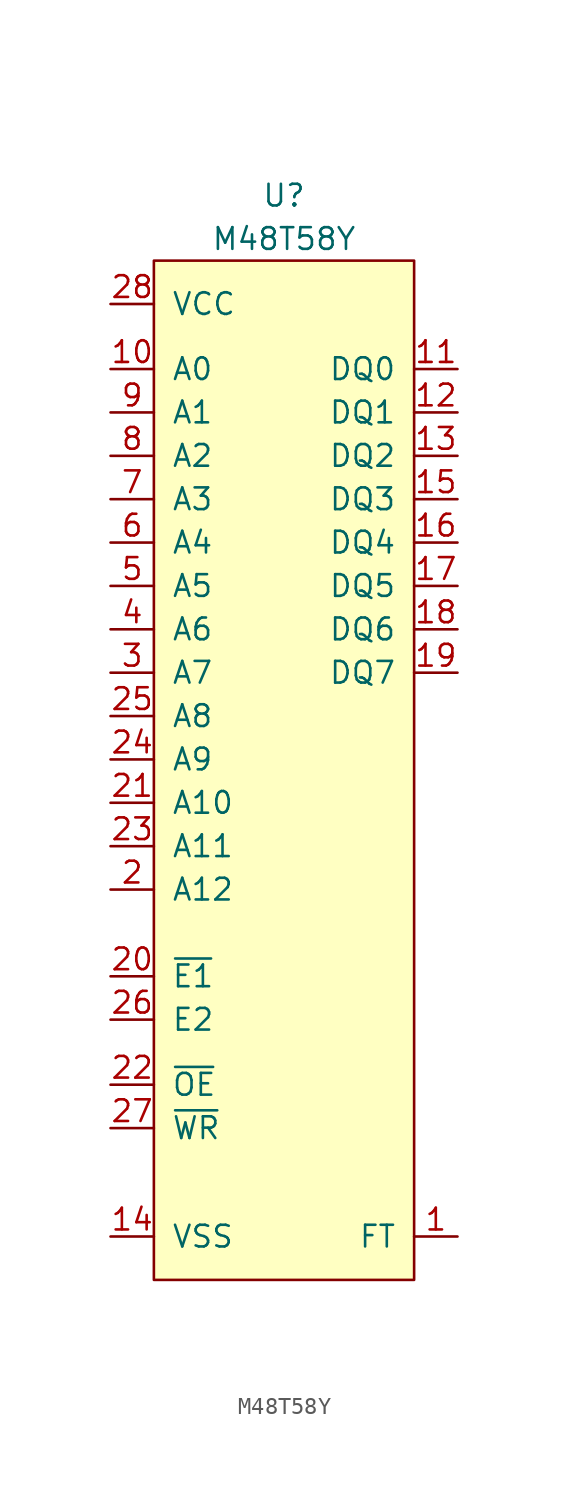
<source format=kicad_sym>
(kicad_symbol_lib
  (version 20211014)
  (generator kicad_symbol_editor)
  (symbol "M48T58Y"
    (pin_names
      (offset 1.016))
    (property "Reference" "U"
      (at 0 64.77 0)
      (effects (font (size 1.27 1.27))))
    (property "Value" "M48T58Y"
      (at 0 62.23 0)
      (effects (font (size 1.27 1.27))))
    (symbol "M48T58Y_0_1"
      (rectangle (start -7.62 60.96) (end 7.62 1.27) (stroke (width 0) (type default) (color 0 0 0 0)) (fill (type background))))
    (symbol "M48T58Y_1_1"
      (pin open_emitter line (at 10.16 3.81 180) (length 2.54) (name "FT" (effects (font (size 1.27 1.27)))) (number "1" (effects (font (size 1.27 1.27)))))
      (pin input line (at -10.16 54.61 0) (length 2.54) (name "A0" (effects (font (size 1.27 1.27)))) (number "10" (effects (font (size 1.27 1.27)))))
      (pin bidirectional line (at 10.16 54.61 180) (length 2.54) (name "DQ0" (effects (font (size 1.27 1.27)))) (number "11" (effects (font (size 1.27 1.27)))))
      (pin bidirectional line (at 10.16 52.07 180) (length 2.54) (name "DQ1" (effects (font (size 1.27 1.27)))) (number "12" (effects (font (size 1.27 1.27)))))
      (pin bidirectional line (at 10.16 49.53 180) (length 2.54) (name "DQ2" (effects (font (size 1.27 1.27)))) (number "13" (effects (font (size 1.27 1.27)))))
      (pin power_in line (at -10.16 3.81 0) (length 2.54) (name "VSS" (effects (font (size 1.27 1.27)))) (number "14" (effects (font (size 1.27 1.27)))))
      (pin bidirectional line (at 10.16 46.99 180) (length 2.54) (name "DQ3" (effects (font (size 1.27 1.27)))) (number "15" (effects (font (size 1.27 1.27)))))
      (pin bidirectional line (at 10.16 44.45 180) (length 2.54) (name "DQ4" (effects (font (size 1.27 1.27)))) (number "16" (effects (font (size 1.27 1.27)))))
      (pin bidirectional line (at 10.16 41.91 180) (length 2.54) (name "DQ5" (effects (font (size 1.27 1.27)))) (number "17" (effects (font (size 1.27 1.27)))))
      (pin bidirectional line (at 10.16 39.37 180) (length 2.54) (name "DQ6" (effects (font (size 1.27 1.27)))) (number "18" (effects (font (size 1.27 1.27)))))
      (pin bidirectional line (at 10.16 36.83 180) (length 2.54) (name "DQ7" (effects (font (size 1.27 1.27)))) (number "19" (effects (font (size 1.27 1.27)))))
      (pin input line (at -10.16 24.13 0) (length 2.54) (name "A12" (effects (font (size 1.27 1.27)))) (number "2" (effects (font (size 1.27 1.27)))))
      (pin input line (at -10.16 19.05 0) (length 2.54) (name "~{E1}" (effects (font (size 1.27 1.27)))) (number "20" (effects (font (size 1.27 1.27)))))
      (pin input line (at -10.16 29.21 0) (length 2.54) (name "A10" (effects (font (size 1.27 1.27)))) (number "21" (effects (font (size 1.27 1.27)))))
      (pin input line (at -10.16 12.7 0) (length 2.54) (name "~{OE}" (effects (font (size 1.27 1.27)))) (number "22" (effects (font (size 1.27 1.27)))))
      (pin input line (at -10.16 26.67 0) (length 2.54) (name "A11" (effects (font (size 1.27 1.27)))) (number "23" (effects (font (size 1.27 1.27)))))
      (pin input line (at -10.16 31.75 0) (length 2.54) (name "A9" (effects (font (size 1.27 1.27)))) (number "24" (effects (font (size 1.27 1.27)))))
      (pin input line (at -10.16 34.29 0) (length 2.54) (name "A8" (effects (font (size 1.27 1.27)))) (number "25" (effects (font (size 1.27 1.27)))))
      (pin input line (at -10.16 16.51 0) (length 2.54) (name "E2" (effects (font (size 1.27 1.27)))) (number "26" (effects (font (size 1.27 1.27)))))
      (pin input line (at -10.16 10.16 0) (length 2.54) (name "~{WR}" (effects (font (size 1.27 1.27)))) (number "27" (effects (font (size 1.27 1.27)))))
      (pin power_in line (at -10.16 58.42 0) (length 2.54) (name "VCC" (effects (font (size 1.27 1.27)))) (number "28" (effects (font (size 1.27 1.27)))))
      (pin input line (at -10.16 36.83 0) (length 2.54) (name "A7" (effects (font (size 1.27 1.27)))) (number "3" (effects (font (size 1.27 1.27)))))
      (pin input line (at -10.16 39.37 0) (length 2.54) (name "A6" (effects (font (size 1.27 1.27)))) (number "4" (effects (font (size 1.27 1.27)))))
      (pin input line (at -10.16 41.91 0) (length 2.54) (name "A5" (effects (font (size 1.27 1.27)))) (number "5" (effects (font (size 1.27 1.27)))))
      (pin input line (at -10.16 44.45 0) (length 2.54) (name "A4" (effects (font (size 1.27 1.27)))) (number "6" (effects (font (size 1.27 1.27)))))
      (pin input line (at -10.16 46.99 0) (length 2.54) (name "A3" (effects (font (size 1.27 1.27)))) (number "7" (effects (font (size 1.27 1.27)))))
      (pin input line (at -10.16 49.53 0) (length 2.54) (name "A2" (effects (font (size 1.27 1.27)))) (number "8" (effects (font (size 1.27 1.27)))))
      (pin input line (at -10.16 52.07 0) (length 2.54) (name "A1" (effects (font (size 1.27 1.27)))) (number "9" (effects (font (size 1.27 1.27))))))))
</source>
